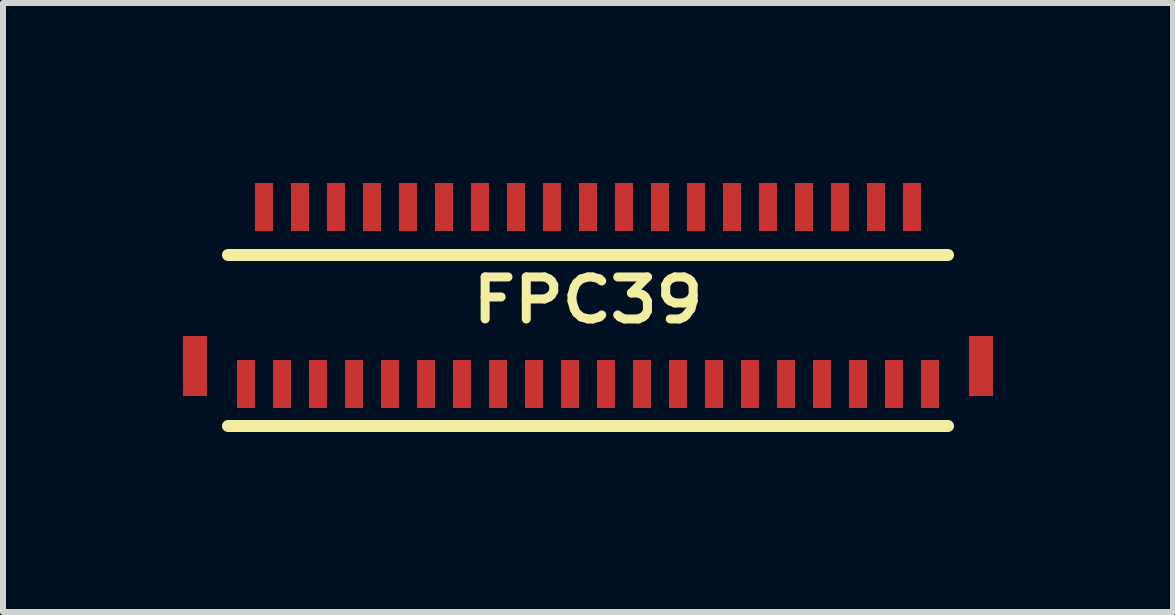
<source format=kicad_pcb>
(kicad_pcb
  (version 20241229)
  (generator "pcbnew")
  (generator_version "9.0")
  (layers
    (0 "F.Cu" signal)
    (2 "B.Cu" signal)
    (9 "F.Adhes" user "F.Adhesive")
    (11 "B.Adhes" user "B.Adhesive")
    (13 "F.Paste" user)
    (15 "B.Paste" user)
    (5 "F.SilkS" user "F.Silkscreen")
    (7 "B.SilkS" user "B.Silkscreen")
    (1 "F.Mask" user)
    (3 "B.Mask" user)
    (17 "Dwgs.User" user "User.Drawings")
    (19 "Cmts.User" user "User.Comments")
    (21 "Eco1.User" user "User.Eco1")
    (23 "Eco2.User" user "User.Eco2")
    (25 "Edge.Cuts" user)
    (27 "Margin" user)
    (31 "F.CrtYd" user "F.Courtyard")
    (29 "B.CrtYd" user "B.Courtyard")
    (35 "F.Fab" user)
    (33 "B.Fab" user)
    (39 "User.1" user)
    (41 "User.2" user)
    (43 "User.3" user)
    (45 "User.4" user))
  (footprint "FPC39"
    (layer "F.Cu")
    (at 6.75 1.25)
    (property "Reference" "FPC39" (at 0 0.7 0) (layer "F.SilkS") (effects (font (size 0.7 0.8) (thickness 0.15))))
    (attr through_hole)
    (fp_line (start -6 -0.05) (end 6 -0.05) (stroke (width 0.2) (type solid)) (layer "F.SilkS"))
    (fp_line (start -6 2.8) (end 6 2.8) (stroke (width 0.2) (type solid)) (layer "F.SilkS"))
    (pad "" smd rect (at -6.55 1.8) (size 0.4 1) (layers "F.Cu" "F.Mask" "F.Paste"))
    (pad "" smd rect (at 6.55 1.8) (size 0.4 1) (layers "F.Cu" "F.Mask" "F.Paste"))
    (pad "1" smd rect (at -5.7 2.1) (size 0.3 0.8) (layers "F.Cu" "F.Mask" "F.Paste"))
    (pad "2" smd rect (at -5.4 -0.85) (size 0.3 0.8) (layers "F.Cu" "F.Mask" "F.Paste"))
    (pad "3" smd rect (at -5.1 2.1) (size 0.3 0.8) (layers "F.Cu" "F.Mask" "F.Paste"))
    (pad "4" smd rect (at -4.8 -0.85) (size 0.3 0.8) (layers "F.Cu" "F.Mask" "F.Paste"))
    (pad "5" smd rect (at -4.5 2.1) (size 0.3 0.8) (layers "F.Cu" "F.Mask" "F.Paste"))
    (pad "6" smd rect (at -4.2 -0.85) (size 0.3 0.8) (layers "F.Cu" "F.Mask" "F.Paste"))
    (pad "7" smd rect (at -3.9 2.1) (size 0.3 0.8) (layers "F.Cu" "F.Mask" "F.Paste"))
    (pad "8" smd rect (at -3.6 -0.85) (size 0.3 0.8) (layers "F.Cu" "F.Mask" "F.Paste"))
    (pad "9" smd rect (at -3.3 2.1) (size 0.3 0.8) (layers "F.Cu" "F.Mask" "F.Paste"))
    (pad "10" smd rect (at -3 -0.85) (size 0.3 0.8) (layers "F.Cu" "F.Mask" "F.Paste"))
    (pad "11" smd rect (at -2.7 2.1) (size 0.3 0.8) (layers "F.Cu" "F.Mask" "F.Paste"))
    (pad "12" smd rect (at -2.4 -0.85) (size 0.3 0.8) (layers "F.Cu" "F.Mask" "F.Paste"))
    (pad "13" smd rect (at -2.1 2.1) (size 0.3 0.8) (layers "F.Cu" "F.Mask" "F.Paste"))
    (pad "14" smd rect (at -1.8 -0.85) (size 0.3 0.8) (layers "F.Cu" "F.Mask" "F.Paste"))
    (pad "15" smd rect (at -1.5 2.1) (size 0.3 0.8) (layers "F.Cu" "F.Mask" "F.Paste"))
    (pad "16" smd rect (at -1.2 -0.85) (size 0.3 0.8) (layers "F.Cu" "F.Mask" "F.Paste"))
    (pad "17" smd rect (at -0.9 2.1) (size 0.3 0.8) (layers "F.Cu" "F.Mask" "F.Paste"))
    (pad "18" smd rect (at -0.6 -0.85) (size 0.3 0.8) (layers "F.Cu" "F.Mask" "F.Paste"))
    (pad "19" smd rect (at -0.3 2.1) (size 0.3 0.8) (layers "F.Cu" "F.Mask" "F.Paste"))
    (pad "20" smd rect (at 0 -0.85) (size 0.3 0.8) (layers "F.Cu" "F.Mask" "F.Paste"))
    (pad "21" smd rect (at 0.3 2.1) (size 0.3 0.8) (layers "F.Cu" "F.Mask" "F.Paste"))
    (pad "22" smd rect (at 0.6 -0.85) (size 0.3 0.8) (layers "F.Cu" "F.Mask" "F.Paste"))
    (pad "23" smd rect (at 0.9 2.1) (size 0.3 0.8) (layers "F.Cu" "F.Mask" "F.Paste"))
    (pad "24" smd rect (at 1.2 -0.85) (size 0.3 0.8) (layers "F.Cu" "F.Mask" "F.Paste"))
    (pad "25" smd rect (at 1.5 2.1) (size 0.3 0.8) (layers "F.Cu" "F.Mask" "F.Paste"))
    (pad "26" smd rect (at 1.8 -0.85) (size 0.3 0.8) (layers "F.Cu" "F.Mask" "F.Paste"))
    (pad "27" smd rect (at 2.1 2.1) (size 0.3 0.8) (layers "F.Cu" "F.Mask" "F.Paste"))
    (pad "28" smd rect (at 2.4 -0.85) (size 0.3 0.8) (layers "F.Cu" "F.Mask" "F.Paste"))
    (pad "29" smd rect (at 2.7 2.1) (size 0.3 0.8) (layers "F.Cu" "F.Mask" "F.Paste"))
    (pad "30" smd rect (at 3 -0.85) (size 0.3 0.8) (layers "F.Cu" "F.Mask" "F.Paste"))
    (pad "31" smd rect (at 3.3 2.1) (size 0.3 0.8) (layers "F.Cu" "F.Mask" "F.Paste"))
    (pad "32" smd rect (at 3.6 -0.85) (size 0.3 0.8) (layers "F.Cu" "F.Mask" "F.Paste"))
    (pad "33" smd rect (at 3.9 2.1) (size 0.3 0.8) (layers "F.Cu" "F.Mask" "F.Paste"))
    (pad "34" smd rect (at 4.2 -0.85) (size 0.3 0.8) (layers "F.Cu" "F.Mask" "F.Paste"))
    (pad "35" smd rect (at 4.5 2.1) (size 0.3 0.8) (layers "F.Cu" "F.Mask" "F.Paste"))
    (pad "36" smd rect (at 4.8 -0.85) (size 0.3 0.8) (layers "F.Cu" "F.Mask" "F.Paste"))
    (pad "37" smd rect (at 5.1 2.1) (size 0.3 0.8) (layers "F.Cu" "F.Mask" "F.Paste"))
    (pad "38" smd rect (at 5.4 -0.85) (size 0.3 0.8) (layers "F.Cu" "F.Mask" "F.Paste"))
    (pad "39" smd rect (at 5.7 2.1) (size 0.3 0.8) (layers "F.Cu" "F.Mask" "F.Paste")))
  (gr_rect
    (start -3 -3)
    (end 16.5 7.15)
    (stroke (width 0.1) (type default))
    (fill no)
    (layer "Edge.Cuts")))
</source>
